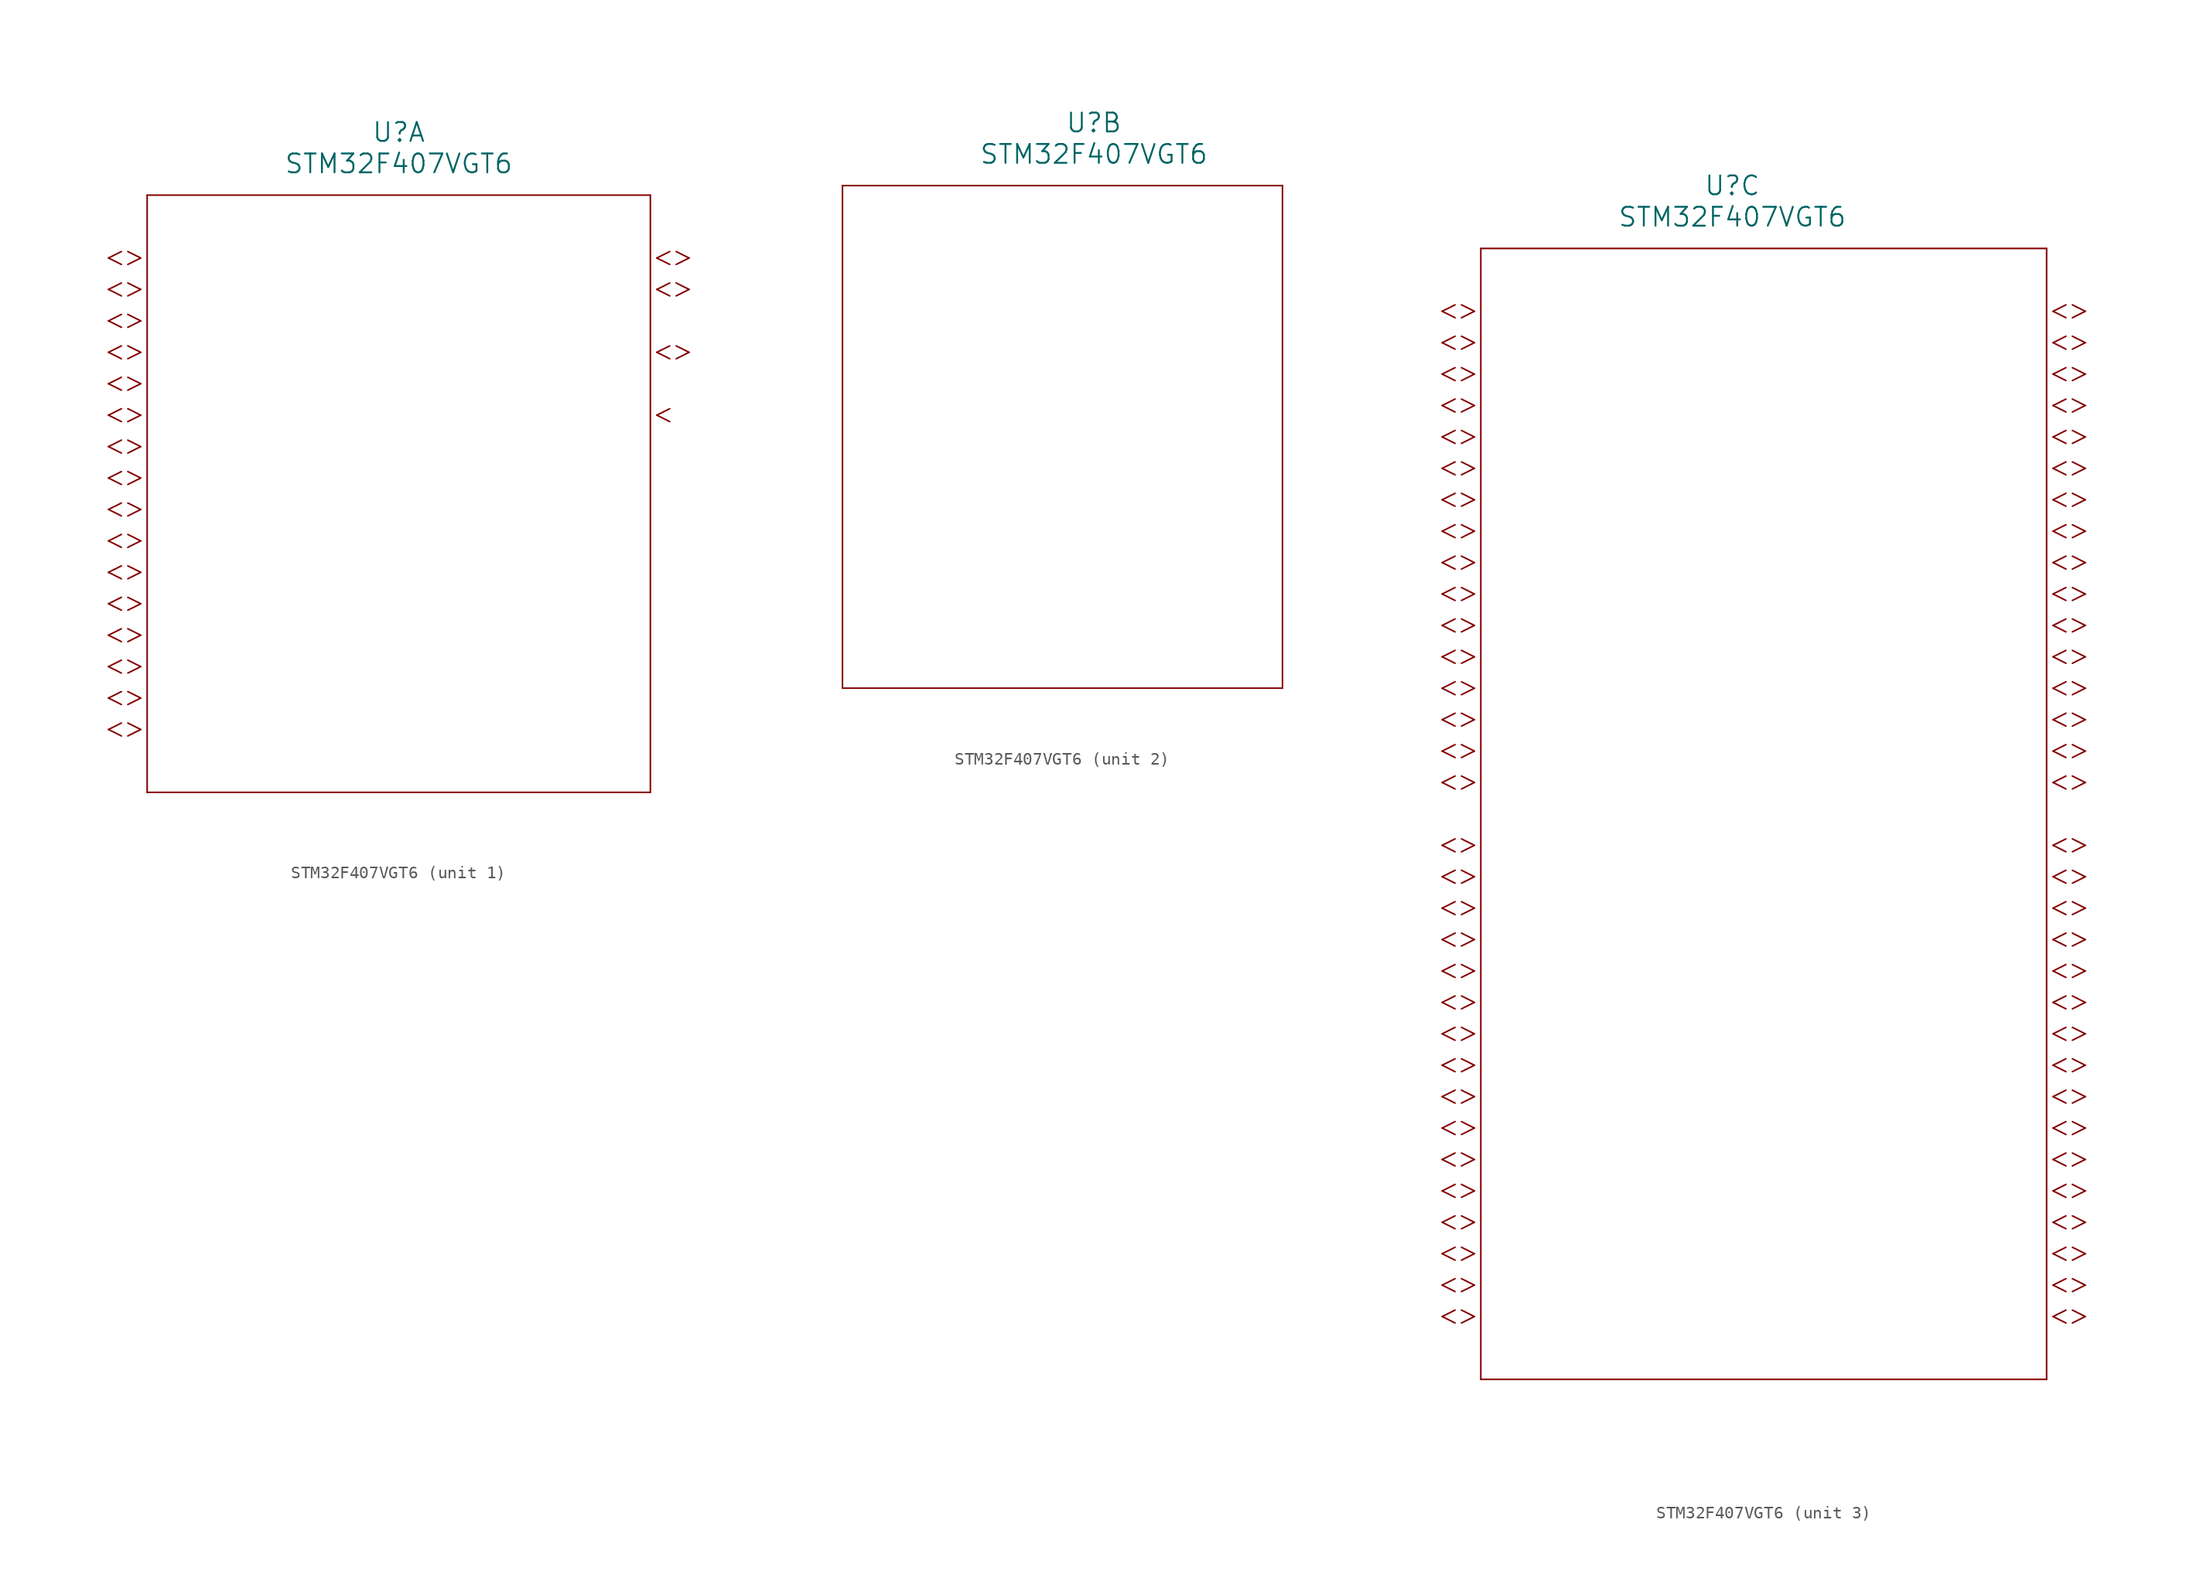
<source format=kicad_sym>
(kicad_symbol_lib
  (version 20211014)
  (generator kicad_symbol_editor)
  (symbol "STM32F407VGT6"
    (pin_names
      (offset 0.254))
    (property "Reference" "U"
      (at 27.94 10.16 0)
      (effects (font (size 1.524 1.524))))
    (property "Value" "STM32F407VGT6"
      (at 27.94 7.62 0)
      (effects (font (size 1.524 1.524))))
    (symbol "STM32F407VGT6_1_1"
      (polyline (pts (xy 7.099 0) (xy 6.058 0.521)) (stroke (width 0.127) (type default) (color 0 0 0 0)) (fill (type none)))
      (polyline (pts (xy 7.099 0) (xy 6.058 -0.521)) (stroke (width 0.127) (type default) (color 0 0 0 0)) (fill (type none)))
      (polyline (pts (xy 5.537 0.521) (xy 4.496 0)) (stroke (width 0.127) (type default) (color 0 0 0 0)) (fill (type none)))
      (polyline (pts (xy 5.537 -0.521) (xy 4.496 0)) (stroke (width 0.127) (type default) (color 0 0 0 0)) (fill (type none)))
      (polyline (pts (xy 7.099 -2.54) (xy 6.058 -2.019)) (stroke (width 0.127) (type default) (color 0 0 0 0)) (fill (type none)))
      (polyline (pts (xy 7.099 -2.54) (xy 6.058 -3.061)) (stroke (width 0.127) (type default) (color 0 0 0 0)) (fill (type none)))
      (polyline (pts (xy 5.537 -2.019) (xy 4.496 -2.54)) (stroke (width 0.127) (type default) (color 0 0 0 0)) (fill (type none)))
      (polyline (pts (xy 5.537 -3.061) (xy 4.496 -2.54)) (stroke (width 0.127) (type default) (color 0 0 0 0)) (fill (type none)))
      (polyline (pts (xy 7.099 -5.08) (xy 6.058 -4.559)) (stroke (width 0.127) (type default) (color 0 0 0 0)) (fill (type none)))
      (polyline (pts (xy 7.099 -5.08) (xy 6.058 -5.601)) (stroke (width 0.127) (type default) (color 0 0 0 0)) (fill (type none)))
      (polyline (pts (xy 5.537 -4.559) (xy 4.496 -5.08)) (stroke (width 0.127) (type default) (color 0 0 0 0)) (fill (type none)))
      (polyline (pts (xy 5.537 -5.601) (xy 4.496 -5.08)) (stroke (width 0.127) (type default) (color 0 0 0 0)) (fill (type none)))
      (polyline (pts (xy 7.099 -7.62) (xy 6.058 -7.099)) (stroke (width 0.127) (type default) (color 0 0 0 0)) (fill (type none)))
      (polyline (pts (xy 7.099 -7.62) (xy 6.058 -8.141)) (stroke (width 0.127) (type default) (color 0 0 0 0)) (fill (type none)))
      (polyline (pts (xy 5.537 -7.099) (xy 4.496 -7.62)) (stroke (width 0.127) (type default) (color 0 0 0 0)) (fill (type none)))
      (polyline (pts (xy 5.537 -8.141) (xy 4.496 -7.62)) (stroke (width 0.127) (type default) (color 0 0 0 0)) (fill (type none)))
      (polyline (pts (xy 7.099 -10.16) (xy 6.058 -9.639)) (stroke (width 0.127) (type default) (color 0 0 0 0)) (fill (type none)))
      (polyline (pts (xy 7.099 -10.16) (xy 6.058 -10.681)) (stroke (width 0.127) (type default) (color 0 0 0 0)) (fill (type none)))
      (polyline (pts (xy 5.537 -9.639) (xy 4.496 -10.16)) (stroke (width 0.127) (type default) (color 0 0 0 0)) (fill (type none)))
      (polyline (pts (xy 5.537 -10.681) (xy 4.496 -10.16)) (stroke (width 0.127) (type default) (color 0 0 0 0)) (fill (type none)))
      (polyline (pts (xy 7.099 -12.7) (xy 6.058 -12.179)) (stroke (width 0.127) (type default) (color 0 0 0 0)) (fill (type none)))
      (polyline (pts (xy 7.099 -12.7) (xy 6.058 -13.221)) (stroke (width 0.127) (type default) (color 0 0 0 0)) (fill (type none)))
      (polyline (pts (xy 5.537 -12.179) (xy 4.496 -12.7)) (stroke (width 0.127) (type default) (color 0 0 0 0)) (fill (type none)))
      (polyline (pts (xy 5.537 -13.221) (xy 4.496 -12.7)) (stroke (width 0.127) (type default) (color 0 0 0 0)) (fill (type none)))
      (polyline (pts (xy 7.099 -15.24) (xy 6.058 -14.719)) (stroke (width 0.127) (type default) (color 0 0 0 0)) (fill (type none)))
      (polyline (pts (xy 7.099 -15.24) (xy 6.058 -15.761)) (stroke (width 0.127) (type default) (color 0 0 0 0)) (fill (type none)))
      (polyline (pts (xy 5.537 -14.719) (xy 4.496 -15.24)) (stroke (width 0.127) (type default) (color 0 0 0 0)) (fill (type none)))
      (polyline (pts (xy 5.537 -15.761) (xy 4.496 -15.24)) (stroke (width 0.127) (type default) (color 0 0 0 0)) (fill (type none)))
      (polyline (pts (xy 7.099 -17.78) (xy 6.058 -17.259)) (stroke (width 0.127) (type default) (color 0 0 0 0)) (fill (type none)))
      (polyline (pts (xy 7.099 -17.78) (xy 6.058 -18.301)) (stroke (width 0.127) (type default) (color 0 0 0 0)) (fill (type none)))
      (polyline (pts (xy 5.537 -17.259) (xy 4.496 -17.78)) (stroke (width 0.127) (type default) (color 0 0 0 0)) (fill (type none)))
      (polyline (pts (xy 5.537 -18.301) (xy 4.496 -17.78)) (stroke (width 0.127) (type default) (color 0 0 0 0)) (fill (type none)))
      (polyline (pts (xy 7.099 -20.32) (xy 6.058 -19.799)) (stroke (width 0.127) (type default) (color 0 0 0 0)) (fill (type none)))
      (polyline (pts (xy 7.099 -20.32) (xy 6.058 -20.841)) (stroke (width 0.127) (type default) (color 0 0 0 0)) (fill (type none)))
      (polyline (pts (xy 5.537 -19.799) (xy 4.496 -20.32)) (stroke (width 0.127) (type default) (color 0 0 0 0)) (fill (type none)))
      (polyline (pts (xy 5.537 -20.841) (xy 4.496 -20.32)) (stroke (width 0.127) (type default) (color 0 0 0 0)) (fill (type none)))
      (polyline (pts (xy 7.099 -22.86) (xy 6.058 -22.339)) (stroke (width 0.127) (type default) (color 0 0 0 0)) (fill (type none)))
      (polyline (pts (xy 7.099 -22.86) (xy 6.058 -23.381)) (stroke (width 0.127) (type default) (color 0 0 0 0)) (fill (type none)))
      (polyline (pts (xy 5.537 -22.339) (xy 4.496 -22.86)) (stroke (width 0.127) (type default) (color 0 0 0 0)) (fill (type none)))
      (polyline (pts (xy 5.537 -23.381) (xy 4.496 -22.86)) (stroke (width 0.127) (type default) (color 0 0 0 0)) (fill (type none)))
      (polyline (pts (xy 7.099 -25.4) (xy 6.058 -24.879)) (stroke (width 0.127) (type default) (color 0 0 0 0)) (fill (type none)))
      (polyline (pts (xy 7.099 -25.4) (xy 6.058 -25.921)) (stroke (width 0.127) (type default) (color 0 0 0 0)) (fill (type none)))
      (polyline (pts (xy 5.537 -24.879) (xy 4.496 -25.4)) (stroke (width 0.127) (type default) (color 0 0 0 0)) (fill (type none)))
      (polyline (pts (xy 5.537 -25.921) (xy 4.496 -25.4)) (stroke (width 0.127) (type default) (color 0 0 0 0)) (fill (type none)))
      (polyline (pts (xy 7.099 -27.94) (xy 6.058 -27.419)) (stroke (width 0.127) (type default) (color 0 0 0 0)) (fill (type none)))
      (polyline (pts (xy 7.099 -27.94) (xy 6.058 -28.461)) (stroke (width 0.127) (type default) (color 0 0 0 0)) (fill (type none)))
      (polyline (pts (xy 5.537 -27.419) (xy 4.496 -27.94)) (stroke (width 0.127) (type default) (color 0 0 0 0)) (fill (type none)))
      (polyline (pts (xy 5.537 -28.461) (xy 4.496 -27.94)) (stroke (width 0.127) (type default) (color 0 0 0 0)) (fill (type none)))
      (polyline (pts (xy 7.099 -30.48) (xy 6.058 -29.959)) (stroke (width 0.127) (type default) (color 0 0 0 0)) (fill (type none)))
      (polyline (pts (xy 7.099 -30.48) (xy 6.058 -31.001)) (stroke (width 0.127) (type default) (color 0 0 0 0)) (fill (type none)))
      (polyline (pts (xy 5.537 -29.959) (xy 4.496 -30.48)) (stroke (width 0.127) (type default) (color 0 0 0 0)) (fill (type none)))
      (polyline (pts (xy 5.537 -31.001) (xy 4.496 -30.48)) (stroke (width 0.127) (type default) (color 0 0 0 0)) (fill (type none)))
      (polyline (pts (xy 7.099 -33.02) (xy 6.058 -32.499)) (stroke (width 0.127) (type default) (color 0 0 0 0)) (fill (type none)))
      (polyline (pts (xy 7.099 -33.02) (xy 6.058 -33.541)) (stroke (width 0.127) (type default) (color 0 0 0 0)) (fill (type none)))
      (polyline (pts (xy 5.537 -32.499) (xy 4.496 -33.02)) (stroke (width 0.127) (type default) (color 0 0 0 0)) (fill (type none)))
      (polyline (pts (xy 5.537 -33.541) (xy 4.496 -33.02)) (stroke (width 0.127) (type default) (color 0 0 0 0)) (fill (type none)))
      (polyline (pts (xy 7.099 -35.56) (xy 6.058 -35.039)) (stroke (width 0.127) (type default) (color 0 0 0 0)) (fill (type none)))
      (polyline (pts (xy 7.099 -35.56) (xy 6.058 -36.081)) (stroke (width 0.127) (type default) (color 0 0 0 0)) (fill (type none)))
      (polyline (pts (xy 5.537 -35.039) (xy 4.496 -35.56)) (stroke (width 0.127) (type default) (color 0 0 0 0)) (fill (type none)))
      (polyline (pts (xy 5.537 -36.081) (xy 4.496 -35.56)) (stroke (width 0.127) (type default) (color 0 0 0 0)) (fill (type none)))
      (polyline (pts (xy 7.099 -38.1) (xy 6.058 -37.579)) (stroke (width 0.127) (type default) (color 0 0 0 0)) (fill (type none)))
      (polyline (pts (xy 7.099 -38.1) (xy 6.058 -38.621)) (stroke (width 0.127) (type default) (color 0 0 0 0)) (fill (type none)))
      (polyline (pts (xy 5.537 -37.579) (xy 4.496 -38.1)) (stroke (width 0.127) (type default) (color 0 0 0 0)) (fill (type none)))
      (polyline (pts (xy 5.537 -38.621) (xy 4.496 -38.1)) (stroke (width 0.127) (type default) (color 0 0 0 0)) (fill (type none)))
      (polyline (pts (xy 48.781 0) (xy 49.822 0.521)) (stroke (width 0.127) (type default) (color 0 0 0 0)) (fill (type none)))
      (polyline (pts (xy 48.781 0) (xy 49.822 -0.521)) (stroke (width 0.127) (type default) (color 0 0 0 0)) (fill (type none)))
      (polyline (pts (xy 50.343 0.521) (xy 51.384 0)) (stroke (width 0.127) (type default) (color 0 0 0 0)) (fill (type none)))
      (polyline (pts (xy 50.343 -0.521) (xy 51.384 0)) (stroke (width 0.127) (type default) (color 0 0 0 0)) (fill (type none)))
      (polyline (pts (xy 48.781 -2.54) (xy 49.822 -2.019)) (stroke (width 0.127) (type default) (color 0 0 0 0)) (fill (type none)))
      (polyline (pts (xy 48.781 -2.54) (xy 49.822 -3.061)) (stroke (width 0.127) (type default) (color 0 0 0 0)) (fill (type none)))
      (polyline (pts (xy 50.343 -2.019) (xy 51.384 -2.54)) (stroke (width 0.127) (type default) (color 0 0 0 0)) (fill (type none)))
      (polyline (pts (xy 50.343 -3.061) (xy 51.384 -2.54)) (stroke (width 0.127) (type default) (color 0 0 0 0)) (fill (type none)))
      (polyline (pts (xy 48.781 -7.62) (xy 49.822 -7.099)) (stroke (width 0.127) (type default) (color 0 0 0 0)) (fill (type none)))
      (polyline (pts (xy 48.781 -7.62) (xy 49.822 -8.141)) (stroke (width 0.127) (type default) (color 0 0 0 0)) (fill (type none)))
      (polyline (pts (xy 50.343 -7.099) (xy 51.384 -7.62)) (stroke (width 0.127) (type default) (color 0 0 0 0)) (fill (type none)))
      (polyline (pts (xy 50.343 -8.141) (xy 51.384 -7.62)) (stroke (width 0.127) (type default) (color 0 0 0 0)) (fill (type none)))
      (polyline (pts (xy 48.781 -12.7) (xy 49.822 -12.179)) (stroke (width 0.127) (type default) (color 0 0 0 0)) (fill (type none)))
      (polyline (pts (xy 48.781 -12.7) (xy 49.822 -13.221)) (stroke (width 0.127) (type default) (color 0 0 0 0)) (fill (type none)))
      (polyline (pts (xy 7.62 5.08) (xy 7.62 -43.18)) (stroke (width 0.127) (type default) (color 0 0 0 0)) (fill (type none)))
      (polyline (pts (xy 7.62 -43.18) (xy 48.26 -43.18)) (stroke (width 0.127) (type default) (color 0 0 0 0)) (fill (type none)))
      (polyline (pts (xy 48.26 -43.18) (xy 48.26 5.08)) (stroke (width 0.127) (type default) (color 0 0 0 0)) (fill (type none)))
      (polyline (pts (xy 48.26 5.08) (xy 7.62 5.08)) (stroke (width 0.127) (type default) (color 0 0 0 0)) (fill (type none))))
    (symbol "STM32F407VGT6_2_1"
      (polyline (pts (xy 7.62 5.08) (xy 7.62 -35.56)) (stroke (width 0.127) (type default) (color 0 0 0 0)) (fill (type none)))
      (polyline (pts (xy 7.62 -35.56) (xy 43.18 -35.56)) (stroke (width 0.127) (type default) (color 0 0 0 0)) (fill (type none)))
      (polyline (pts (xy 43.18 -35.56) (xy 43.18 5.08)) (stroke (width 0.127) (type default) (color 0 0 0 0)) (fill (type none)))
      (polyline (pts (xy 43.18 5.08) (xy 7.62 5.08)) (stroke (width 0.127) (type default) (color 0 0 0 0)) (fill (type none))))
    (symbol "STM32F407VGT6_3_1"
      (polyline (pts (xy 7.099 0) (xy 6.058 0.521)) (stroke (width 0.127) (type default) (color 0 0 0 0)) (fill (type none)))
      (polyline (pts (xy 7.099 0) (xy 6.058 -0.521)) (stroke (width 0.127) (type default) (color 0 0 0 0)) (fill (type none)))
      (polyline (pts (xy 5.537 0.521) (xy 4.496 0)) (stroke (width 0.127) (type default) (color 0 0 0 0)) (fill (type none)))
      (polyline (pts (xy 5.537 -0.521) (xy 4.496 0)) (stroke (width 0.127) (type default) (color 0 0 0 0)) (fill (type none)))
      (polyline (pts (xy 7.099 -2.54) (xy 6.058 -2.019)) (stroke (width 0.127) (type default) (color 0 0 0 0)) (fill (type none)))
      (polyline (pts (xy 7.099 -2.54) (xy 6.058 -3.061)) (stroke (width 0.127) (type default) (color 0 0 0 0)) (fill (type none)))
      (polyline (pts (xy 5.537 -2.019) (xy 4.496 -2.54)) (stroke (width 0.127) (type default) (color 0 0 0 0)) (fill (type none)))
      (polyline (pts (xy 5.537 -3.061) (xy 4.496 -2.54)) (stroke (width 0.127) (type default) (color 0 0 0 0)) (fill (type none)))
      (polyline (pts (xy 7.099 -5.08) (xy 6.058 -4.559)) (stroke (width 0.127) (type default) (color 0 0 0 0)) (fill (type none)))
      (polyline (pts (xy 7.099 -5.08) (xy 6.058 -5.601)) (stroke (width 0.127) (type default) (color 0 0 0 0)) (fill (type none)))
      (polyline (pts (xy 5.537 -4.559) (xy 4.496 -5.08)) (stroke (width 0.127) (type default) (color 0 0 0 0)) (fill (type none)))
      (polyline (pts (xy 5.537 -5.601) (xy 4.496 -5.08)) (stroke (width 0.127) (type default) (color 0 0 0 0)) (fill (type none)))
      (polyline (pts (xy 7.099 -7.62) (xy 6.058 -7.099)) (stroke (width 0.127) (type default) (color 0 0 0 0)) (fill (type none)))
      (polyline (pts (xy 7.099 -7.62) (xy 6.058 -8.141)) (stroke (width 0.127) (type default) (color 0 0 0 0)) (fill (type none)))
      (polyline (pts (xy 5.537 -7.099) (xy 4.496 -7.62)) (stroke (width 0.127) (type default) (color 0 0 0 0)) (fill (type none)))
      (polyline (pts (xy 5.537 -8.141) (xy 4.496 -7.62)) (stroke (width 0.127) (type default) (color 0 0 0 0)) (fill (type none)))
      (polyline (pts (xy 7.099 -10.16) (xy 6.058 -9.639)) (stroke (width 0.127) (type default) (color 0 0 0 0)) (fill (type none)))
      (polyline (pts (xy 7.099 -10.16) (xy 6.058 -10.681)) (stroke (width 0.127) (type default) (color 0 0 0 0)) (fill (type none)))
      (polyline (pts (xy 5.537 -9.639) (xy 4.496 -10.16)) (stroke (width 0.127) (type default) (color 0 0 0 0)) (fill (type none)))
      (polyline (pts (xy 5.537 -10.681) (xy 4.496 -10.16)) (stroke (width 0.127) (type default) (color 0 0 0 0)) (fill (type none)))
      (polyline (pts (xy 7.099 -12.7) (xy 6.058 -12.179)) (stroke (width 0.127) (type default) (color 0 0 0 0)) (fill (type none)))
      (polyline (pts (xy 7.099 -12.7) (xy 6.058 -13.221)) (stroke (width 0.127) (type default) (color 0 0 0 0)) (fill (type none)))
      (polyline (pts (xy 5.537 -12.179) (xy 4.496 -12.7)) (stroke (width 0.127) (type default) (color 0 0 0 0)) (fill (type none)))
      (polyline (pts (xy 5.537 -13.221) (xy 4.496 -12.7)) (stroke (width 0.127) (type default) (color 0 0 0 0)) (fill (type none)))
      (polyline (pts (xy 7.099 -15.24) (xy 6.058 -14.719)) (stroke (width 0.127) (type default) (color 0 0 0 0)) (fill (type none)))
      (polyline (pts (xy 7.099 -15.24) (xy 6.058 -15.761)) (stroke (width 0.127) (type default) (color 0 0 0 0)) (fill (type none)))
      (polyline (pts (xy 5.537 -14.719) (xy 4.496 -15.24)) (stroke (width 0.127) (type default) (color 0 0 0 0)) (fill (type none)))
      (polyline (pts (xy 5.537 -15.761) (xy 4.496 -15.24)) (stroke (width 0.127) (type default) (color 0 0 0 0)) (fill (type none)))
      (polyline (pts (xy 7.099 -17.78) (xy 6.058 -17.259)) (stroke (width 0.127) (type default) (color 0 0 0 0)) (fill (type none)))
      (polyline (pts (xy 7.099 -17.78) (xy 6.058 -18.301)) (stroke (width 0.127) (type default) (color 0 0 0 0)) (fill (type none)))
      (polyline (pts (xy 5.537 -17.259) (xy 4.496 -17.78)) (stroke (width 0.127) (type default) (color 0 0 0 0)) (fill (type none)))
      (polyline (pts (xy 5.537 -18.301) (xy 4.496 -17.78)) (stroke (width 0.127) (type default) (color 0 0 0 0)) (fill (type none)))
      (polyline (pts (xy 7.099 -20.32) (xy 6.058 -19.799)) (stroke (width 0.127) (type default) (color 0 0 0 0)) (fill (type none)))
      (polyline (pts (xy 7.099 -20.32) (xy 6.058 -20.841)) (stroke (width 0.127) (type default) (color 0 0 0 0)) (fill (type none)))
      (polyline (pts (xy 5.537 -19.799) (xy 4.496 -20.32)) (stroke (width 0.127) (type default) (color 0 0 0 0)) (fill (type none)))
      (polyline (pts (xy 5.537 -20.841) (xy 4.496 -20.32)) (stroke (width 0.127) (type default) (color 0 0 0 0)) (fill (type none)))
      (polyline (pts (xy 7.099 -22.86) (xy 6.058 -22.339)) (stroke (width 0.127) (type default) (color 0 0 0 0)) (fill (type none)))
      (polyline (pts (xy 7.099 -22.86) (xy 6.058 -23.381)) (stroke (width 0.127) (type default) (color 0 0 0 0)) (fill (type none)))
      (polyline (pts (xy 5.537 -22.339) (xy 4.496 -22.86)) (stroke (width 0.127) (type default) (color 0 0 0 0)) (fill (type none)))
      (polyline (pts (xy 5.537 -23.381) (xy 4.496 -22.86)) (stroke (width 0.127) (type default) (color 0 0 0 0)) (fill (type none)))
      (polyline (pts (xy 7.099 -25.4) (xy 6.058 -24.879)) (stroke (width 0.127) (type default) (color 0 0 0 0)) (fill (type none)))
      (polyline (pts (xy 7.099 -25.4) (xy 6.058 -25.921)) (stroke (width 0.127) (type default) (color 0 0 0 0)) (fill (type none)))
      (polyline (pts (xy 5.537 -24.879) (xy 4.496 -25.4)) (stroke (width 0.127) (type default) (color 0 0 0 0)) (fill (type none)))
      (polyline (pts (xy 5.537 -25.921) (xy 4.496 -25.4)) (stroke (width 0.127) (type default) (color 0 0 0 0)) (fill (type none)))
      (polyline (pts (xy 7.099 -27.94) (xy 6.058 -27.419)) (stroke (width 0.127) (type default) (color 0 0 0 0)) (fill (type none)))
      (polyline (pts (xy 7.099 -27.94) (xy 6.058 -28.461)) (stroke (width 0.127) (type default) (color 0 0 0 0)) (fill (type none)))
      (polyline (pts (xy 5.537 -27.419) (xy 4.496 -27.94)) (stroke (width 0.127) (type default) (color 0 0 0 0)) (fill (type none)))
      (polyline (pts (xy 5.537 -28.461) (xy 4.496 -27.94)) (stroke (width 0.127) (type default) (color 0 0 0 0)) (fill (type none)))
      (polyline (pts (xy 7.099 -30.48) (xy 6.058 -29.959)) (stroke (width 0.127) (type default) (color 0 0 0 0)) (fill (type none)))
      (polyline (pts (xy 7.099 -30.48) (xy 6.058 -31.001)) (stroke (width 0.127) (type default) (color 0 0 0 0)) (fill (type none)))
      (polyline (pts (xy 5.537 -29.959) (xy 4.496 -30.48)) (stroke (width 0.127) (type default) (color 0 0 0 0)) (fill (type none)))
      (polyline (pts (xy 5.537 -31.001) (xy 4.496 -30.48)) (stroke (width 0.127) (type default) (color 0 0 0 0)) (fill (type none)))
      (polyline (pts (xy 7.099 -33.02) (xy 6.058 -32.499)) (stroke (width 0.127) (type default) (color 0 0 0 0)) (fill (type none)))
      (polyline (pts (xy 7.099 -33.02) (xy 6.058 -33.541)) (stroke (width 0.127) (type default) (color 0 0 0 0)) (fill (type none)))
      (polyline (pts (xy 5.537 -32.499) (xy 4.496 -33.02)) (stroke (width 0.127) (type default) (color 0 0 0 0)) (fill (type none)))
      (polyline (pts (xy 5.537 -33.541) (xy 4.496 -33.02)) (stroke (width 0.127) (type default) (color 0 0 0 0)) (fill (type none)))
      (polyline (pts (xy 7.099 -35.56) (xy 6.058 -35.039)) (stroke (width 0.127) (type default) (color 0 0 0 0)) (fill (type none)))
      (polyline (pts (xy 7.099 -35.56) (xy 6.058 -36.081)) (stroke (width 0.127) (type default) (color 0 0 0 0)) (fill (type none)))
      (polyline (pts (xy 5.537 -35.039) (xy 4.496 -35.56)) (stroke (width 0.127) (type default) (color 0 0 0 0)) (fill (type none)))
      (polyline (pts (xy 5.537 -36.081) (xy 4.496 -35.56)) (stroke (width 0.127) (type default) (color 0 0 0 0)) (fill (type none)))
      (polyline (pts (xy 7.099 -38.1) (xy 6.058 -37.579)) (stroke (width 0.127) (type default) (color 0 0 0 0)) (fill (type none)))
      (polyline (pts (xy 7.099 -38.1) (xy 6.058 -38.621)) (stroke (width 0.127) (type default) (color 0 0 0 0)) (fill (type none)))
      (polyline (pts (xy 5.537 -37.579) (xy 4.496 -38.1)) (stroke (width 0.127) (type default) (color 0 0 0 0)) (fill (type none)))
      (polyline (pts (xy 5.537 -38.621) (xy 4.496 -38.1)) (stroke (width 0.127) (type default) (color 0 0 0 0)) (fill (type none)))
      (polyline (pts (xy 7.099 -43.18) (xy 6.058 -42.659)) (stroke (width 0.127) (type default) (color 0 0 0 0)) (fill (type none)))
      (polyline (pts (xy 7.099 -43.18) (xy 6.058 -43.701)) (stroke (width 0.127) (type default) (color 0 0 0 0)) (fill (type none)))
      (polyline (pts (xy 5.537 -42.659) (xy 4.496 -43.18)) (stroke (width 0.127) (type default) (color 0 0 0 0)) (fill (type none)))
      (polyline (pts (xy 5.537 -43.701) (xy 4.496 -43.18)) (stroke (width 0.127) (type default) (color 0 0 0 0)) (fill (type none)))
      (polyline (pts (xy 7.099 -45.72) (xy 6.058 -45.199)) (stroke (width 0.127) (type default) (color 0 0 0 0)) (fill (type none)))
      (polyline (pts (xy 7.099 -45.72) (xy 6.058 -46.241)) (stroke (width 0.127) (type default) (color 0 0 0 0)) (fill (type none)))
      (polyline (pts (xy 5.537 -45.199) (xy 4.496 -45.72)) (stroke (width 0.127) (type default) (color 0 0 0 0)) (fill (type none)))
      (polyline (pts (xy 5.537 -46.241) (xy 4.496 -45.72)) (stroke (width 0.127) (type default) (color 0 0 0 0)) (fill (type none)))
      (polyline (pts (xy 7.099 -48.26) (xy 6.058 -47.739)) (stroke (width 0.127) (type default) (color 0 0 0 0)) (fill (type none)))
      (polyline (pts (xy 7.099 -48.26) (xy 6.058 -48.781)) (stroke (width 0.127) (type default) (color 0 0 0 0)) (fill (type none)))
      (polyline (pts (xy 5.537 -47.739) (xy 4.496 -48.26)) (stroke (width 0.127) (type default) (color 0 0 0 0)) (fill (type none)))
      (polyline (pts (xy 5.537 -48.781) (xy 4.496 -48.26)) (stroke (width 0.127) (type default) (color 0 0 0 0)) (fill (type none)))
      (polyline (pts (xy 7.099 -50.8) (xy 6.058 -50.279)) (stroke (width 0.127) (type default) (color 0 0 0 0)) (fill (type none)))
      (polyline (pts (xy 7.099 -50.8) (xy 6.058 -51.321)) (stroke (width 0.127) (type default) (color 0 0 0 0)) (fill (type none)))
      (polyline (pts (xy 5.537 -50.279) (xy 4.496 -50.8)) (stroke (width 0.127) (type default) (color 0 0 0 0)) (fill (type none)))
      (polyline (pts (xy 5.537 -51.321) (xy 4.496 -50.8)) (stroke (width 0.127) (type default) (color 0 0 0 0)) (fill (type none)))
      (polyline (pts (xy 7.099 -53.34) (xy 6.058 -52.819)) (stroke (width 0.127) (type default) (color 0 0 0 0)) (fill (type none)))
      (polyline (pts (xy 7.099 -53.34) (xy 6.058 -53.861)) (stroke (width 0.127) (type default) (color 0 0 0 0)) (fill (type none)))
      (polyline (pts (xy 5.537 -52.819) (xy 4.496 -53.34)) (stroke (width 0.127) (type default) (color 0 0 0 0)) (fill (type none)))
      (polyline (pts (xy 5.537 -53.861) (xy 4.496 -53.34)) (stroke (width 0.127) (type default) (color 0 0 0 0)) (fill (type none)))
      (polyline (pts (xy 7.099 -55.88) (xy 6.058 -55.359)) (stroke (width 0.127) (type default) (color 0 0 0 0)) (fill (type none)))
      (polyline (pts (xy 7.099 -55.88) (xy 6.058 -56.401)) (stroke (width 0.127) (type default) (color 0 0 0 0)) (fill (type none)))
      (polyline (pts (xy 5.537 -55.359) (xy 4.496 -55.88)) (stroke (width 0.127) (type default) (color 0 0 0 0)) (fill (type none)))
      (polyline (pts (xy 5.537 -56.401) (xy 4.496 -55.88)) (stroke (width 0.127) (type default) (color 0 0 0 0)) (fill (type none)))
      (polyline (pts (xy 7.099 -58.42) (xy 6.058 -57.899)) (stroke (width 0.127) (type default) (color 0 0 0 0)) (fill (type none)))
      (polyline (pts (xy 7.099 -58.42) (xy 6.058 -58.941)) (stroke (width 0.127) (type default) (color 0 0 0 0)) (fill (type none)))
      (polyline (pts (xy 5.537 -57.899) (xy 4.496 -58.42)) (stroke (width 0.127) (type default) (color 0 0 0 0)) (fill (type none)))
      (polyline (pts (xy 5.537 -58.941) (xy 4.496 -58.42)) (stroke (width 0.127) (type default) (color 0 0 0 0)) (fill (type none)))
      (polyline (pts (xy 7.099 -60.96) (xy 6.058 -60.439)) (stroke (width 0.127) (type default) (color 0 0 0 0)) (fill (type none)))
      (polyline (pts (xy 7.099 -60.96) (xy 6.058 -61.481)) (stroke (width 0.127) (type default) (color 0 0 0 0)) (fill (type none)))
      (polyline (pts (xy 5.537 -60.439) (xy 4.496 -60.96)) (stroke (width 0.127) (type default) (color 0 0 0 0)) (fill (type none)))
      (polyline (pts (xy 5.537 -61.481) (xy 4.496 -60.96)) (stroke (width 0.127) (type default) (color 0 0 0 0)) (fill (type none)))
      (polyline (pts (xy 7.099 -63.5) (xy 6.058 -62.979)) (stroke (width 0.127) (type default) (color 0 0 0 0)) (fill (type none)))
      (polyline (pts (xy 7.099 -63.5) (xy 6.058 -64.021)) (stroke (width 0.127) (type default) (color 0 0 0 0)) (fill (type none)))
      (polyline (pts (xy 5.537 -62.979) (xy 4.496 -63.5)) (stroke (width 0.127) (type default) (color 0 0 0 0)) (fill (type none)))
      (polyline (pts (xy 5.537 -64.021) (xy 4.496 -63.5)) (stroke (width 0.127) (type default) (color 0 0 0 0)) (fill (type none)))
      (polyline (pts (xy 7.099 -66.04) (xy 6.058 -65.519)) (stroke (width 0.127) (type default) (color 0 0 0 0)) (fill (type none)))
      (polyline (pts (xy 7.099 -66.04) (xy 6.058 -66.561)) (stroke (width 0.127) (type default) (color 0 0 0 0)) (fill (type none)))
      (polyline (pts (xy 5.537 -65.519) (xy 4.496 -66.04)) (stroke (width 0.127) (type default) (color 0 0 0 0)) (fill (type none)))
      (polyline (pts (xy 5.537 -66.561) (xy 4.496 -66.04)) (stroke (width 0.127) (type default) (color 0 0 0 0)) (fill (type none)))
      (polyline (pts (xy 7.099 -68.58) (xy 6.058 -68.059)) (stroke (width 0.127) (type default) (color 0 0 0 0)) (fill (type none)))
      (polyline (pts (xy 7.099 -68.58) (xy 6.058 -69.101)) (stroke (width 0.127) (type default) (color 0 0 0 0)) (fill (type none)))
      (polyline (pts (xy 5.537 -68.059) (xy 4.496 -68.58)) (stroke (width 0.127) (type default) (color 0 0 0 0)) (fill (type none)))
      (polyline (pts (xy 5.537 -69.101) (xy 4.496 -68.58)) (stroke (width 0.127) (type default) (color 0 0 0 0)) (fill (type none)))
      (polyline (pts (xy 7.099 -71.12) (xy 6.058 -70.599)) (stroke (width 0.127) (type default) (color 0 0 0 0)) (fill (type none)))
      (polyline (pts (xy 7.099 -71.12) (xy 6.058 -71.641)) (stroke (width 0.127) (type default) (color 0 0 0 0)) (fill (type none)))
      (polyline (pts (xy 5.537 -70.599) (xy 4.496 -71.12)) (stroke (width 0.127) (type default) (color 0 0 0 0)) (fill (type none)))
      (polyline (pts (xy 5.537 -71.641) (xy 4.496 -71.12)) (stroke (width 0.127) (type default) (color 0 0 0 0)) (fill (type none)))
      (polyline (pts (xy 7.099 -73.66) (xy 6.058 -73.139)) (stroke (width 0.127) (type default) (color 0 0 0 0)) (fill (type none)))
      (polyline (pts (xy 7.099 -73.66) (xy 6.058 -74.181)) (stroke (width 0.127) (type default) (color 0 0 0 0)) (fill (type none)))
      (polyline (pts (xy 5.537 -73.139) (xy 4.496 -73.66)) (stroke (width 0.127) (type default) (color 0 0 0 0)) (fill (type none)))
      (polyline (pts (xy 5.537 -74.181) (xy 4.496 -73.66)) (stroke (width 0.127) (type default) (color 0 0 0 0)) (fill (type none)))
      (polyline (pts (xy 7.099 -76.2) (xy 6.058 -75.679)) (stroke (width 0.127) (type default) (color 0 0 0 0)) (fill (type none)))
      (polyline (pts (xy 7.099 -76.2) (xy 6.058 -76.721)) (stroke (width 0.127) (type default) (color 0 0 0 0)) (fill (type none)))
      (polyline (pts (xy 5.537 -75.679) (xy 4.496 -76.2)) (stroke (width 0.127) (type default) (color 0 0 0 0)) (fill (type none)))
      (polyline (pts (xy 5.537 -76.721) (xy 4.496 -76.2)) (stroke (width 0.127) (type default) (color 0 0 0 0)) (fill (type none)))
      (polyline (pts (xy 7.099 -78.74) (xy 6.058 -78.219)) (stroke (width 0.127) (type default) (color 0 0 0 0)) (fill (type none)))
      (polyline (pts (xy 7.099 -78.74) (xy 6.058 -79.261)) (stroke (width 0.127) (type default) (color 0 0 0 0)) (fill (type none)))
      (polyline (pts (xy 5.537 -78.219) (xy 4.496 -78.74)) (stroke (width 0.127) (type default) (color 0 0 0 0)) (fill (type none)))
      (polyline (pts (xy 5.537 -79.261) (xy 4.496 -78.74)) (stroke (width 0.127) (type default) (color 0 0 0 0)) (fill (type none)))
      (polyline (pts (xy 7.099 -81.28) (xy 6.058 -80.759)) (stroke (width 0.127) (type default) (color 0 0 0 0)) (fill (type none)))
      (polyline (pts (xy 7.099 -81.28) (xy 6.058 -81.801)) (stroke (width 0.127) (type default) (color 0 0 0 0)) (fill (type none)))
      (polyline (pts (xy 5.537 -80.759) (xy 4.496 -81.28)) (stroke (width 0.127) (type default) (color 0 0 0 0)) (fill (type none)))
      (polyline (pts (xy 5.537 -81.801) (xy 4.496 -81.28)) (stroke (width 0.127) (type default) (color 0 0 0 0)) (fill (type none)))
      (polyline (pts (xy 53.861 0) (xy 54.902 0.521)) (stroke (width 0.127) (type default) (color 0 0 0 0)) (fill (type none)))
      (polyline (pts (xy 53.861 0) (xy 54.902 -0.521)) (stroke (width 0.127) (type default) (color 0 0 0 0)) (fill (type none)))
      (polyline (pts (xy 55.423 0.521) (xy 56.464 0)) (stroke (width 0.127) (type default) (color 0 0 0 0)) (fill (type none)))
      (polyline (pts (xy 55.423 -0.521) (xy 56.464 0)) (stroke (width 0.127) (type default) (color 0 0 0 0)) (fill (type none)))
      (polyline (pts (xy 53.861 -2.54) (xy 54.902 -2.019)) (stroke (width 0.127) (type default) (color 0 0 0 0)) (fill (type none)))
      (polyline (pts (xy 53.861 -2.54) (xy 54.902 -3.061)) (stroke (width 0.127) (type default) (color 0 0 0 0)) (fill (type none)))
      (polyline (pts (xy 55.423 -2.019) (xy 56.464 -2.54)) (stroke (width 0.127) (type default) (color 0 0 0 0)) (fill (type none)))
      (polyline (pts (xy 55.423 -3.061) (xy 56.464 -2.54)) (stroke (width 0.127) (type default) (color 0 0 0 0)) (fill (type none)))
      (polyline (pts (xy 53.861 -5.08) (xy 54.902 -4.559)) (stroke (width 0.127) (type default) (color 0 0 0 0)) (fill (type none)))
      (polyline (pts (xy 53.861 -5.08) (xy 54.902 -5.601)) (stroke (width 0.127) (type default) (color 0 0 0 0)) (fill (type none)))
      (polyline (pts (xy 55.423 -4.559) (xy 56.464 -5.08)) (stroke (width 0.127) (type default) (color 0 0 0 0)) (fill (type none)))
      (polyline (pts (xy 55.423 -5.601) (xy 56.464 -5.08)) (stroke (width 0.127) (type default) (color 0 0 0 0)) (fill (type none)))
      (polyline (pts (xy 53.861 -7.62) (xy 54.902 -7.099)) (stroke (width 0.127) (type default) (color 0 0 0 0)) (fill (type none)))
      (polyline (pts (xy 53.861 -7.62) (xy 54.902 -8.141)) (stroke (width 0.127) (type default) (color 0 0 0 0)) (fill (type none)))
      (polyline (pts (xy 55.423 -7.099) (xy 56.464 -7.62)) (stroke (width 0.127) (type default) (color 0 0 0 0)) (fill (type none)))
      (polyline (pts (xy 55.423 -8.141) (xy 56.464 -7.62)) (stroke (width 0.127) (type default) (color 0 0 0 0)) (fill (type none)))
      (polyline (pts (xy 53.861 -10.16) (xy 54.902 -9.639)) (stroke (width 0.127) (type default) (color 0 0 0 0)) (fill (type none)))
      (polyline (pts (xy 53.861 -10.16) (xy 54.902 -10.681)) (stroke (width 0.127) (type default) (color 0 0 0 0)) (fill (type none)))
      (polyline (pts (xy 55.423 -9.639) (xy 56.464 -10.16)) (stroke (width 0.127) (type default) (color 0 0 0 0)) (fill (type none)))
      (polyline (pts (xy 55.423 -10.681) (xy 56.464 -10.16)) (stroke (width 0.127) (type default) (color 0 0 0 0)) (fill (type none)))
      (polyline (pts (xy 53.861 -12.7) (xy 54.902 -12.179)) (stroke (width 0.127) (type default) (color 0 0 0 0)) (fill (type none)))
      (polyline (pts (xy 53.861 -12.7) (xy 54.902 -13.221)) (stroke (width 0.127) (type default) (color 0 0 0 0)) (fill (type none)))
      (polyline (pts (xy 55.423 -12.179) (xy 56.464 -12.7)) (stroke (width 0.127) (type default) (color 0 0 0 0)) (fill (type none)))
      (polyline (pts (xy 55.423 -13.221) (xy 56.464 -12.7)) (stroke (width 0.127) (type default) (color 0 0 0 0)) (fill (type none)))
      (polyline (pts (xy 53.861 -15.24) (xy 54.902 -14.719)) (stroke (width 0.127) (type default) (color 0 0 0 0)) (fill (type none)))
      (polyline (pts (xy 53.861 -15.24) (xy 54.902 -15.761)) (stroke (width 0.127) (type default) (color 0 0 0 0)) (fill (type none)))
      (polyline (pts (xy 55.423 -14.719) (xy 56.464 -15.24)) (stroke (width 0.127) (type default) (color 0 0 0 0)) (fill (type none)))
      (polyline (pts (xy 55.423 -15.761) (xy 56.464 -15.24)) (stroke (width 0.127) (type default) (color 0 0 0 0)) (fill (type none)))
      (polyline (pts (xy 53.861 -17.78) (xy 54.902 -17.259)) (stroke (width 0.127) (type default) (color 0 0 0 0)) (fill (type none)))
      (polyline (pts (xy 53.861 -17.78) (xy 54.902 -18.301)) (stroke (width 0.127) (type default) (color 0 0 0 0)) (fill (type none)))
      (polyline (pts (xy 55.423 -17.259) (xy 56.464 -17.78)) (stroke (width 0.127) (type default) (color 0 0 0 0)) (fill (type none)))
      (polyline (pts (xy 55.423 -18.301) (xy 56.464 -17.78)) (stroke (width 0.127) (type default) (color 0 0 0 0)) (fill (type none)))
      (polyline (pts (xy 53.861 -20.32) (xy 54.902 -19.799)) (stroke (width 0.127) (type default) (color 0 0 0 0)) (fill (type none)))
      (polyline (pts (xy 53.861 -20.32) (xy 54.902 -20.841)) (stroke (width 0.127) (type default) (color 0 0 0 0)) (fill (type none)))
      (polyline (pts (xy 55.423 -19.799) (xy 56.464 -20.32)) (stroke (width 0.127) (type default) (color 0 0 0 0)) (fill (type none)))
      (polyline (pts (xy 55.423 -20.841) (xy 56.464 -20.32)) (stroke (width 0.127) (type default) (color 0 0 0 0)) (fill (type none)))
      (polyline (pts (xy 53.861 -22.86) (xy 54.902 -22.339)) (stroke (width 0.127) (type default) (color 0 0 0 0)) (fill (type none)))
      (polyline (pts (xy 53.861 -22.86) (xy 54.902 -23.381)) (stroke (width 0.127) (type default) (color 0 0 0 0)) (fill (type none)))
      (polyline (pts (xy 55.423 -22.339) (xy 56.464 -22.86)) (stroke (width 0.127) (type default) (color 0 0 0 0)) (fill (type none)))
      (polyline (pts (xy 55.423 -23.381) (xy 56.464 -22.86)) (stroke (width 0.127) (type default) (color 0 0 0 0)) (fill (type none)))
      (polyline (pts (xy 53.861 -25.4) (xy 54.902 -24.879)) (stroke (width 0.127) (type default) (color 0 0 0 0)) (fill (type none)))
      (polyline (pts (xy 53.861 -25.4) (xy 54.902 -25.921)) (stroke (width 0.127) (type default) (color 0 0 0 0)) (fill (type none)))
      (polyline (pts (xy 55.423 -24.879) (xy 56.464 -25.4)) (stroke (width 0.127) (type default) (color 0 0 0 0)) (fill (type none)))
      (polyline (pts (xy 55.423 -25.921) (xy 56.464 -25.4)) (stroke (width 0.127) (type default) (color 0 0 0 0)) (fill (type none)))
      (polyline (pts (xy 53.861 -27.94) (xy 54.902 -27.419)) (stroke (width 0.127) (type default) (color 0 0 0 0)) (fill (type none)))
      (polyline (pts (xy 53.861 -27.94) (xy 54.902 -28.461)) (stroke (width 0.127) (type default) (color 0 0 0 0)) (fill (type none)))
      (polyline (pts (xy 55.423 -27.419) (xy 56.464 -27.94)) (stroke (width 0.127) (type default) (color 0 0 0 0)) (fill (type none)))
      (polyline (pts (xy 55.423 -28.461) (xy 56.464 -27.94)) (stroke (width 0.127) (type default) (color 0 0 0 0)) (fill (type none)))
      (polyline (pts (xy 53.861 -30.48) (xy 54.902 -29.959)) (stroke (width 0.127) (type default) (color 0 0 0 0)) (fill (type none)))
      (polyline (pts (xy 53.861 -30.48) (xy 54.902 -31.001)) (stroke (width 0.127) (type default) (color 0 0 0 0)) (fill (type none)))
      (polyline (pts (xy 55.423 -29.959) (xy 56.464 -30.48)) (stroke (width 0.127) (type default) (color 0 0 0 0)) (fill (type none)))
      (polyline (pts (xy 55.423 -31.001) (xy 56.464 -30.48)) (stroke (width 0.127) (type default) (color 0 0 0 0)) (fill (type none)))
      (polyline (pts (xy 53.861 -33.02) (xy 54.902 -32.499)) (stroke (width 0.127) (type default) (color 0 0 0 0)) (fill (type none)))
      (polyline (pts (xy 53.861 -33.02) (xy 54.902 -33.541)) (stroke (width 0.127) (type default) (color 0 0 0 0)) (fill (type none)))
      (polyline (pts (xy 55.423 -32.499) (xy 56.464 -33.02)) (stroke (width 0.127) (type default) (color 0 0 0 0)) (fill (type none)))
      (polyline (pts (xy 55.423 -33.541) (xy 56.464 -33.02)) (stroke (width 0.127) (type default) (color 0 0 0 0)) (fill (type none)))
      (polyline (pts (xy 53.861 -35.56) (xy 54.902 -35.039)) (stroke (width 0.127) (type default) (color 0 0 0 0)) (fill (type none)))
      (polyline (pts (xy 53.861 -35.56) (xy 54.902 -36.081)) (stroke (width 0.127) (type default) (color 0 0 0 0)) (fill (type none)))
      (polyline (pts (xy 55.423 -35.039) (xy 56.464 -35.56)) (stroke (width 0.127) (type default) (color 0 0 0 0)) (fill (type none)))
      (polyline (pts (xy 55.423 -36.081) (xy 56.464 -35.56)) (stroke (width 0.127) (type default) (color 0 0 0 0)) (fill (type none)))
      (polyline (pts (xy 53.861 -38.1) (xy 54.902 -37.579)) (stroke (width 0.127) (type default) (color 0 0 0 0)) (fill (type none)))
      (polyline (pts (xy 53.861 -38.1) (xy 54.902 -38.621)) (stroke (width 0.127) (type default) (color 0 0 0 0)) (fill (type none)))
      (polyline (pts (xy 55.423 -37.579) (xy 56.464 -38.1)) (stroke (width 0.127) (type default) (color 0 0 0 0)) (fill (type none)))
      (polyline (pts (xy 55.423 -38.621) (xy 56.464 -38.1)) (stroke (width 0.127) (type default) (color 0 0 0 0)) (fill (type none)))
      (polyline (pts (xy 53.861 -43.18) (xy 54.902 -42.659)) (stroke (width 0.127) (type default) (color 0 0 0 0)) (fill (type none)))
      (polyline (pts (xy 53.861 -43.18) (xy 54.902 -43.701)) (stroke (width 0.127) (type default) (color 0 0 0 0)) (fill (type none)))
      (polyline (pts (xy 55.423 -42.659) (xy 56.464 -43.18)) (stroke (width 0.127) (type default) (color 0 0 0 0)) (fill (type none)))
      (polyline (pts (xy 55.423 -43.701) (xy 56.464 -43.18)) (stroke (width 0.127) (type default) (color 0 0 0 0)) (fill (type none)))
      (polyline (pts (xy 53.861 -45.72) (xy 54.902 -45.199)) (stroke (width 0.127) (type default) (color 0 0 0 0)) (fill (type none)))
      (polyline (pts (xy 53.861 -45.72) (xy 54.902 -46.241)) (stroke (width 0.127) (type default) (color 0 0 0 0)) (fill (type none)))
      (polyline (pts (xy 55.423 -45.199) (xy 56.464 -45.72)) (stroke (width 0.127) (type default) (color 0 0 0 0)) (fill (type none)))
      (polyline (pts (xy 55.423 -46.241) (xy 56.464 -45.72)) (stroke (width 0.127) (type default) (color 0 0 0 0)) (fill (type none)))
      (polyline (pts (xy 53.861 -48.26) (xy 54.902 -47.739)) (stroke (width 0.127) (type default) (color 0 0 0 0)) (fill (type none)))
      (polyline (pts (xy 53.861 -48.26) (xy 54.902 -48.781)) (stroke (width 0.127) (type default) (color 0 0 0 0)) (fill (type none)))
      (polyline (pts (xy 55.423 -47.739) (xy 56.464 -48.26)) (stroke (width 0.127) (type default) (color 0 0 0 0)) (fill (type none)))
      (polyline (pts (xy 55.423 -48.781) (xy 56.464 -48.26)) (stroke (width 0.127) (type default) (color 0 0 0 0)) (fill (type none)))
      (polyline (pts (xy 53.861 -50.8) (xy 54.902 -50.279)) (stroke (width 0.127) (type default) (color 0 0 0 0)) (fill (type none)))
      (polyline (pts (xy 53.861 -50.8) (xy 54.902 -51.321)) (stroke (width 0.127) (type default) (color 0 0 0 0)) (fill (type none)))
      (polyline (pts (xy 55.423 -50.279) (xy 56.464 -50.8)) (stroke (width 0.127) (type default) (color 0 0 0 0)) (fill (type none)))
      (polyline (pts (xy 55.423 -51.321) (xy 56.464 -50.8)) (stroke (width 0.127) (type default) (color 0 0 0 0)) (fill (type none)))
      (polyline (pts (xy 53.861 -53.34) (xy 54.902 -52.819)) (stroke (width 0.127) (type default) (color 0 0 0 0)) (fill (type none)))
      (polyline (pts (xy 53.861 -53.34) (xy 54.902 -53.861)) (stroke (width 0.127) (type default) (color 0 0 0 0)) (fill (type none)))
      (polyline (pts (xy 55.423 -52.819) (xy 56.464 -53.34)) (stroke (width 0.127) (type default) (color 0 0 0 0)) (fill (type none)))
      (polyline (pts (xy 55.423 -53.861) (xy 56.464 -53.34)) (stroke (width 0.127) (type default) (color 0 0 0 0)) (fill (type none)))
      (polyline (pts (xy 53.861 -55.88) (xy 54.902 -55.359)) (stroke (width 0.127) (type default) (color 0 0 0 0)) (fill (type none)))
      (polyline (pts (xy 53.861 -55.88) (xy 54.902 -56.401)) (stroke (width 0.127) (type default) (color 0 0 0 0)) (fill (type none)))
      (polyline (pts (xy 55.423 -55.359) (xy 56.464 -55.88)) (stroke (width 0.127) (type default) (color 0 0 0 0)) (fill (type none)))
      (polyline (pts (xy 55.423 -56.401) (xy 56.464 -55.88)) (stroke (width 0.127) (type default) (color 0 0 0 0)) (fill (type none)))
      (polyline (pts (xy 53.861 -58.42) (xy 54.902 -57.899)) (stroke (width 0.127) (type default) (color 0 0 0 0)) (fill (type none)))
      (polyline (pts (xy 53.861 -58.42) (xy 54.902 -58.941)) (stroke (width 0.127) (type default) (color 0 0 0 0)) (fill (type none)))
      (polyline (pts (xy 55.423 -57.899) (xy 56.464 -58.42)) (stroke (width 0.127) (type default) (color 0 0 0 0)) (fill (type none)))
      (polyline (pts (xy 55.423 -58.941) (xy 56.464 -58.42)) (stroke (width 0.127) (type default) (color 0 0 0 0)) (fill (type none)))
      (polyline (pts (xy 53.861 -60.96) (xy 54.902 -60.439)) (stroke (width 0.127) (type default) (color 0 0 0 0)) (fill (type none)))
      (polyline (pts (xy 53.861 -60.96) (xy 54.902 -61.481)) (stroke (width 0.127) (type default) (color 0 0 0 0)) (fill (type none)))
      (polyline (pts (xy 55.423 -60.439) (xy 56.464 -60.96)) (stroke (width 0.127) (type default) (color 0 0 0 0)) (fill (type none)))
      (polyline (pts (xy 55.423 -61.481) (xy 56.464 -60.96)) (stroke (width 0.127) (type default) (color 0 0 0 0)) (fill (type none)))
      (polyline (pts (xy 53.861 -63.5) (xy 54.902 -62.979)) (stroke (width 0.127) (type default) (color 0 0 0 0)) (fill (type none)))
      (polyline (pts (xy 53.861 -63.5) (xy 54.902 -64.021)) (stroke (width 0.127) (type default) (color 0 0 0 0)) (fill (type none)))
      (polyline (pts (xy 55.423 -62.979) (xy 56.464 -63.5)) (stroke (width 0.127) (type default) (color 0 0 0 0)) (fill (type none)))
      (polyline (pts (xy 55.423 -64.021) (xy 56.464 -63.5)) (stroke (width 0.127) (type default) (color 0 0 0 0)) (fill (type none)))
      (polyline (pts (xy 53.861 -66.04) (xy 54.902 -65.519)) (stroke (width 0.127) (type default) (color 0 0 0 0)) (fill (type none)))
      (polyline (pts (xy 53.861 -66.04) (xy 54.902 -66.561)) (stroke (width 0.127) (type default) (color 0 0 0 0)) (fill (type none)))
      (polyline (pts (xy 55.423 -65.519) (xy 56.464 -66.04)) (stroke (width 0.127) (type default) (color 0 0 0 0)) (fill (type none)))
      (polyline (pts (xy 55.423 -66.561) (xy 56.464 -66.04)) (stroke (width 0.127) (type default) (color 0 0 0 0)) (fill (type none)))
      (polyline (pts (xy 53.861 -68.58) (xy 54.902 -68.059)) (stroke (width 0.127) (type default) (color 0 0 0 0)) (fill (type none)))
      (polyline (pts (xy 53.861 -68.58) (xy 54.902 -69.101)) (stroke (width 0.127) (type default) (color 0 0 0 0)) (fill (type none)))
      (polyline (pts (xy 55.423 -68.059) (xy 56.464 -68.58)) (stroke (width 0.127) (type default) (color 0 0 0 0)) (fill (type none)))
      (polyline (pts (xy 55.423 -69.101) (xy 56.464 -68.58)) (stroke (width 0.127) (type default) (color 0 0 0 0)) (fill (type none)))
      (polyline (pts (xy 53.861 -71.12) (xy 54.902 -70.599)) (stroke (width 0.127) (type default) (color 0 0 0 0)) (fill (type none)))
      (polyline (pts (xy 53.861 -71.12) (xy 54.902 -71.641)) (stroke (width 0.127) (type default) (color 0 0 0 0)) (fill (type none)))
      (polyline (pts (xy 55.423 -70.599) (xy 56.464 -71.12)) (stroke (width 0.127) (type default) (color 0 0 0 0)) (fill (type none)))
      (polyline (pts (xy 55.423 -71.641) (xy 56.464 -71.12)) (stroke (width 0.127) (type default) (color 0 0 0 0)) (fill (type none)))
      (polyline (pts (xy 53.861 -73.66) (xy 54.902 -73.139)) (stroke (width 0.127) (type default) (color 0 0 0 0)) (fill (type none)))
      (polyline (pts (xy 53.861 -73.66) (xy 54.902 -74.181)) (stroke (width 0.127) (type default) (color 0 0 0 0)) (fill (type none)))
      (polyline (pts (xy 55.423 -73.139) (xy 56.464 -73.66)) (stroke (width 0.127) (type default) (color 0 0 0 0)) (fill (type none)))
      (polyline (pts (xy 55.423 -74.181) (xy 56.464 -73.66)) (stroke (width 0.127) (type default) (color 0 0 0 0)) (fill (type none)))
      (polyline (pts (xy 53.861 -76.2) (xy 54.902 -75.679)) (stroke (width 0.127) (type default) (color 0 0 0 0)) (fill (type none)))
      (polyline (pts (xy 53.861 -76.2) (xy 54.902 -76.721)) (stroke (width 0.127) (type default) (color 0 0 0 0)) (fill (type none)))
      (polyline (pts (xy 55.423 -75.679) (xy 56.464 -76.2)) (stroke (width 0.127) (type default) (color 0 0 0 0)) (fill (type none)))
      (polyline (pts (xy 55.423 -76.721) (xy 56.464 -76.2)) (stroke (width 0.127) (type default) (color 0 0 0 0)) (fill (type none)))
      (polyline (pts (xy 53.861 -78.74) (xy 54.902 -78.219)) (stroke (width 0.127) (type default) (color 0 0 0 0)) (fill (type none)))
      (polyline (pts (xy 53.861 -78.74) (xy 54.902 -79.261)) (stroke (width 0.127) (type default) (color 0 0 0 0)) (fill (type none)))
      (polyline (pts (xy 55.423 -78.219) (xy 56.464 -78.74)) (stroke (width 0.127) (type default) (color 0 0 0 0)) (fill (type none)))
      (polyline (pts (xy 55.423 -79.261) (xy 56.464 -78.74)) (stroke (width 0.127) (type default) (color 0 0 0 0)) (fill (type none)))
      (polyline (pts (xy 53.861 -81.28) (xy 54.902 -80.759)) (stroke (width 0.127) (type default) (color 0 0 0 0)) (fill (type none)))
      (polyline (pts (xy 53.861 -81.28) (xy 54.902 -81.801)) (stroke (width 0.127) (type default) (color 0 0 0 0)) (fill (type none)))
      (polyline (pts (xy 55.423 -80.759) (xy 56.464 -81.28)) (stroke (width 0.127) (type default) (color 0 0 0 0)) (fill (type none)))
      (polyline (pts (xy 55.423 -81.801) (xy 56.464 -81.28)) (stroke (width 0.127) (type default) (color 0 0 0 0)) (fill (type none)))
      (polyline (pts (xy 7.62 5.08) (xy 7.62 -86.36)) (stroke (width 0.127) (type default) (color 0 0 0 0)) (fill (type none)))
      (polyline (pts (xy 7.62 -86.36) (xy 53.34 -86.36)) (stroke (width 0.127) (type default) (color 0 0 0 0)) (fill (type none)))
      (polyline (pts (xy 53.34 -86.36) (xy 53.34 5.08)) (stroke (width 0.127) (type default) (color 0 0 0 0)) (fill (type none)))
      (polyline (pts (xy 53.34 5.08) (xy 7.62 5.08)) (stroke (width 0.127) (type default) (color 0 0 0 0)) (fill (type none))))))
</source>
